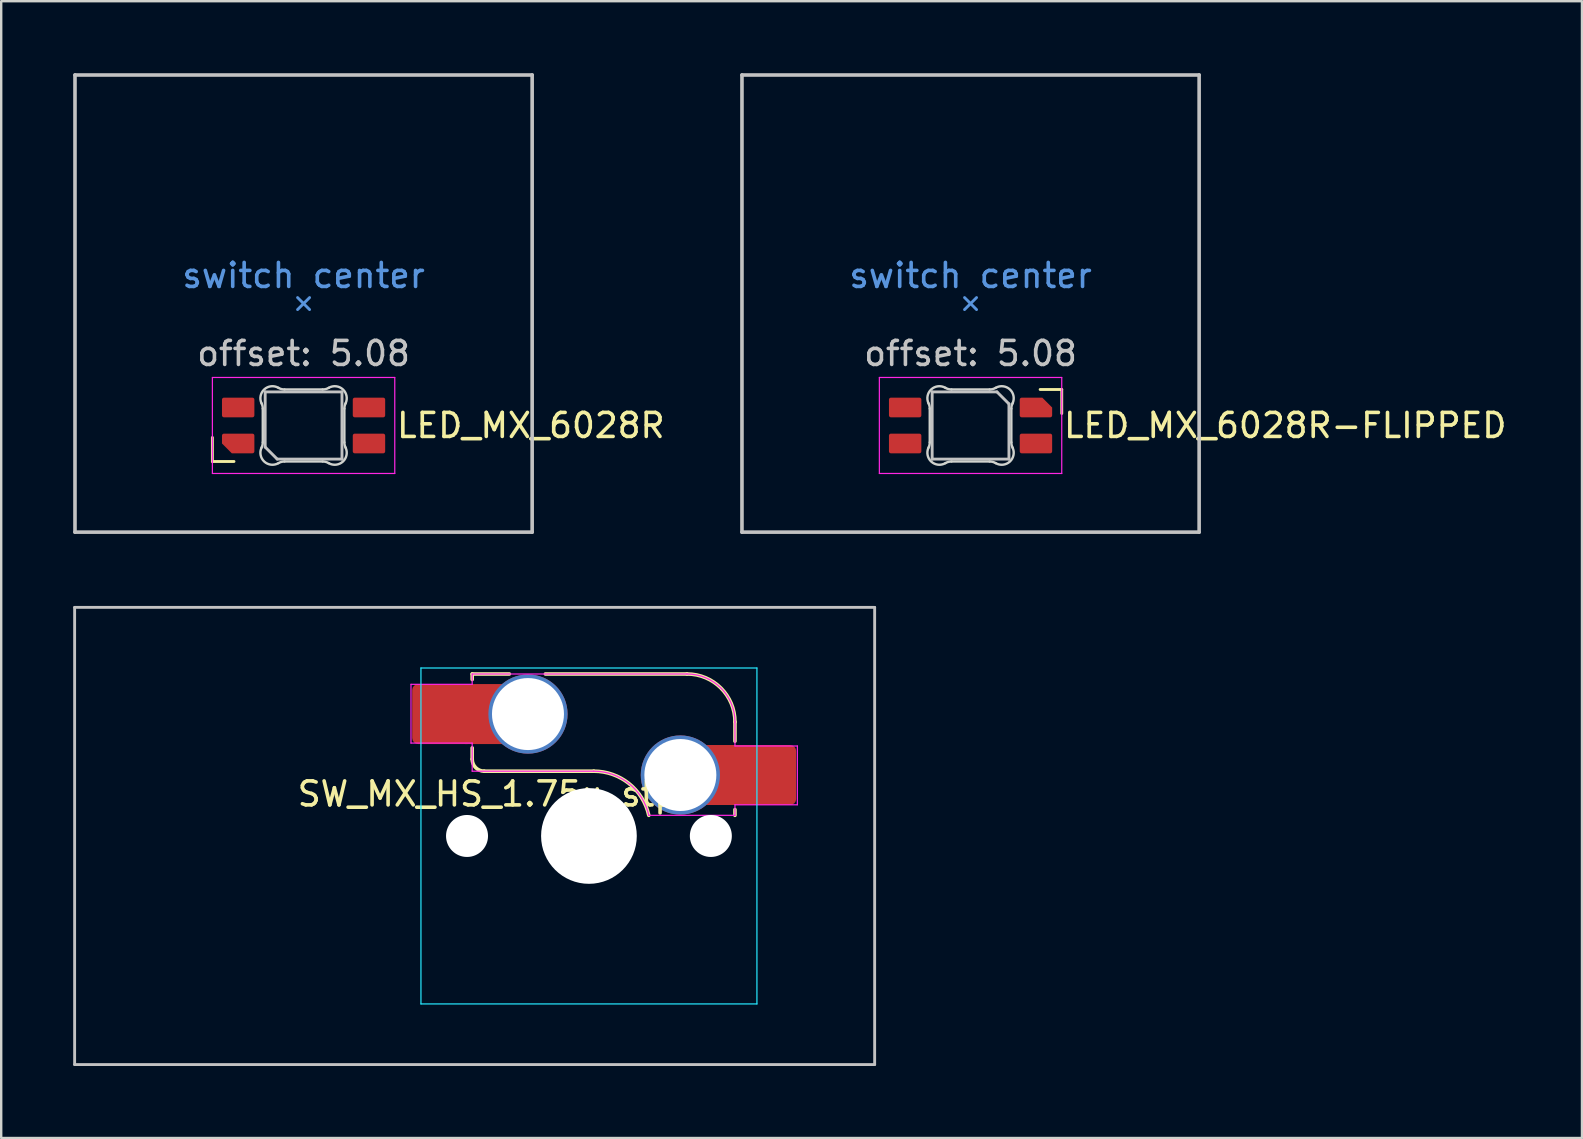
<source format=kicad_pcb>
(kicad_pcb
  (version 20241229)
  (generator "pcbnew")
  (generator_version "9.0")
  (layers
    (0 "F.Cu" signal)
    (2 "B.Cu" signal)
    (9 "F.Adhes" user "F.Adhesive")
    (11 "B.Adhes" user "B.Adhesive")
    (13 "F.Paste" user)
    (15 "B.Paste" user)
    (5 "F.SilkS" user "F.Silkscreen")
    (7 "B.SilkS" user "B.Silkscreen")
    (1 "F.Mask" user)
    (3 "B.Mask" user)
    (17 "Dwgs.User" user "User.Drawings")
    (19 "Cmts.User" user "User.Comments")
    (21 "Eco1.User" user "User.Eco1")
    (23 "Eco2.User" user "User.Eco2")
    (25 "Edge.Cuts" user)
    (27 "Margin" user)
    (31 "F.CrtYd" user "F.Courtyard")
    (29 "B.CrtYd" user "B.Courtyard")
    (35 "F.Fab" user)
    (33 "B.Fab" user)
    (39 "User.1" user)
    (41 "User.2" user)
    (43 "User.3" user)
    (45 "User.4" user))
  (footprint "LED_MX_6028R-FLIPPED"
    (layer "F.Cu")
    (at 37.393 14.68)
    (property "Reference" "LED_MX_6028R-FLIPPED" (at 3.8 0 0) (layer "F.SilkS") (effects (font (size 1 1) (thickness 0.15)) (justify left)))
    (attr smd)
    (fp_line (start 3.8 -1.5) (end 2.9 -1.5) (stroke (width 0.12) (type solid)) (layer "F.SilkS"))
    (fp_line (start 3.8 -0.5) (end 3.8 -1.5) (stroke (width 0.12) (type solid)) (layer "F.SilkS"))
    (fp_line (start -9.525 -14.605) (end -9.525 4.445) (stroke (width 0.15) (type solid)) (layer "Dwgs.User"))
    (fp_line (start -9.525 4.445) (end 9.525 4.445) (stroke (width 0.15) (type solid)) (layer "Dwgs.User"))
    (fp_line (start -1.6 -1.4) (end 1.1 -1.4) (stroke (width 0.12) (type solid)) (layer "Dwgs.User"))
    (fp_line (start -1.6 1.4) (end -1.6 -1.4) (stroke (width 0.12) (type solid)) (layer "Dwgs.User"))
    (fp_line (start 1.6 -0.9) (end 1.1 -1.4) (stroke (width 0.12) (type solid)) (layer "Dwgs.User"))
    (fp_line (start 1.6 -0.9) (end 1.6 1.4) (stroke (width 0.12) (type solid)) (layer "Dwgs.User"))
    (fp_line (start 1.6 1.4) (end -1.6 1.4) (stroke (width 0.12) (type solid)) (layer "Dwgs.User"))
    (fp_line (start 9.525 -14.605) (end -9.525 -14.605) (stroke (width 0.15) (type solid)) (layer "Dwgs.User"))
    (fp_line (start 9.525 4.445) (end 9.525 -14.605) (stroke (width 0.15) (type solid)) (layer "Dwgs.User"))
    (fp_line (start -0.25 -4.83) (end 0 -5.08) (stroke (width 0.12) (type solid)) (layer "Cmts.User"))
    (fp_line (start 0 -5.08) (end -0.25 -5.33) (stroke (width 0.12) (type solid)) (layer "Cmts.User"))
    (fp_line (start 0 -5.08) (end 0.25 -5.33) (stroke (width 0.12) (type solid)) (layer "Cmts.User"))
    (fp_line (start 0.25 -4.83) (end 0 -5.08) (stroke (width 0.12) (type solid)) (layer "Cmts.User"))
    (fp_line (start -1.7 -0.703) (end -1.7 0.703) (stroke (width 0.1) (type solid)) (layer "Edge.Cuts"))
    (fp_line (start -0.794 1.5) (end 0.794 1.5) (stroke (width 0.1) (type solid)) (layer "Edge.Cuts"))
    (fp_line (start 0.794 -1.5) (end -0.794 -1.5) (stroke (width 0.1) (type solid)) (layer "Edge.Cuts"))
    (fp_line (start 1.7 0.703) (end 1.7 -0.703) (stroke (width 0.1) (type solid)) (layer "Edge.Cuts"))
    (fp_arc (start -1.749484 -0.919719) (mid -1.712527 -0.814067) (end -1.699999 -0.702842) (stroke (width 0.1) (type solid)) (layer "Edge.Cuts"))
    (fp_arc (start -1.749484 -0.919719) (mid -1.63807 -1.504033) (end -1.046711 -1.568296) (stroke (width 0.1) (type solid)) (layer "Edge.Cuts"))
    (fp_arc (start -1.699999 0.702843) (mid -1.712527 0.814069) (end -1.749484 0.919721) (stroke (width 0.1) (type solid)) (layer "Edge.Cuts"))
    (fp_arc (start -1.046711 1.5683) (mid -1.638071 1.504036) (end -1.749484 0.919721) (stroke (width 0.1) (type solid)) (layer "Edge.Cuts"))
    (fp_arc (start -1.046711 1.5683) (mid -0.925123 1.517378) (end -0.794453 1.500001) (stroke (width 0.1) (type solid)) (layer "Edge.Cuts"))
    (fp_arc (start -0.794452 -1.499999) (mid -0.925122 -1.517376) (end -1.04671 -1.568298) (stroke (width 0.1) (type solid)) (layer "Edge.Cuts"))
    (fp_arc (start 0.794453 1.5) (mid 0.925123 1.517377) (end 1.046711 1.568299) (stroke (width 0.1) (type solid)) (layer "Edge.Cuts"))
    (fp_arc (start 1.046711 -1.568298) (mid 0.925123 -1.517376) (end 0.794452 -1.499999) (stroke (width 0.1) (type solid)) (layer "Edge.Cuts"))
    (fp_arc (start 1.046711 -1.568298) (mid 1.638072 -1.504034) (end 1.749484 -0.919718) (stroke (width 0.1) (type solid)) (layer "Edge.Cuts"))
    (fp_arc (start 1.699999 -0.702841) (mid 1.712527 -0.814067) (end 1.749484 -0.919719) (stroke (width 0.1) (type solid)) (layer "Edge.Cuts"))
    (fp_arc (start 1.749484 0.919721) (mid 1.63807 1.504035) (end 1.046711 1.568299) (stroke (width 0.1) (type solid)) (layer "Edge.Cuts"))
    (fp_arc (start 1.749484 0.919721) (mid 1.712527 0.814069) (end 1.699999 0.702844) (stroke (width 0.1) (type solid)) (layer "Edge.Cuts"))
    (fp_line (start -3.8 -2) (end 3.8 -2) (stroke (width 0.05) (type solid)) (layer "F.CrtYd"))
    (fp_line (start -3.8 2) (end -3.8 -2) (stroke (width 0.05) (type solid)) (layer "F.CrtYd"))
    (fp_line (start 3.8 -2) (end 3.8 2) (stroke (width 0.05) (type solid)) (layer "F.CrtYd"))
    (fp_line (start 3.8 2) (end -3.8 2) (stroke (width 0.05) (type solid)) (layer "F.CrtYd"))
    (fp_text user "offset: 5.08" (at 0 -3 0) (layer "Dwgs.User") (effects (font (size 1 1) (thickness 0.15))))
    (fp_text user "switch center" (at 0 -6.25 0) (layer "Cmts.User") (effects (font (size 1 1) (thickness 0.15))))
    (pad "1" smd roundrect (at -2.725 0.75 270) (size 0.82 1.35) (layers "F.Cu" "F.Mask" "F.Paste") (roundrect_rratio 0.1))
    (pad "2" smd roundrect (at -2.725 -0.75 270) (size 0.82 1.35) (layers "F.Cu" "F.Mask" "F.Paste") (roundrect_rratio 0.1))
    (pad "3" smd roundrect (at 2.725 0.75 270) (size 0.82 1.35) (layers "F.Cu" "F.Mask" "F.Paste") (roundrect_rratio 0.1))
    (pad "4" smd roundrect (at 2.725 -0.75 270) (size 0.82 1.35) (layers "F.Cu" "F.Mask" "F.Paste") (roundrect_rratio 0.1) (chamfer_ratio 0.5) (chamfer top_left)))
  (footprint "SW_MX_HS_1.75u_stp"
    (layer "F.Cu")
    (at 21.491 31.785)
    (property "Reference" "SW_MX_HS_1.75u_stp" (at -4.25 -1.75 0) (layer "F.SilkS") (effects (font (size 1 1) (thickness 0.15))))
    (attr smd)
    (fp_line (start -4.865 -6.75) (end -4.865 -6.52) (stroke (width 0.15) (type solid)) (layer "F.SilkS"))
    (fp_line (start -4.865 -3.67) (end -4.865 -3.2) (stroke (width 0.15) (type solid)) (layer "F.SilkS"))
    (fp_line (start -4.365 -2.7) (end 0.2 -2.7) (stroke (width 0.15) (type solid)) (layer "F.SilkS"))
    (fp_line (start -3.315 -6.75) (end -4.865 -6.75) (stroke (width 0.15) (type solid)) (layer "F.SilkS"))
    (fp_line (start 4.085 -6.75) (end -1.815 -6.75) (stroke (width 0.15) (type solid)) (layer "F.SilkS"))
    (fp_line (start 6.085 -3.95) (end 6.085 -4.75) (stroke (width 0.15) (type solid)) (layer "F.SilkS"))
    (fp_line (start 6.085 -1.1) (end 6.085 -0.86) (stroke (width 0.15) (type solid)) (layer "F.SilkS"))
    (fp_arc (start -4.364824 -2.70022) (mid -4.718377 -2.846667) (end -4.864824 -3.20022) (stroke (width 0.15) (type solid)) (layer "F.SilkS"))
    (fp_arc (start 0.2 -2.70022) (mid 1.670693 -2.183637) (end 2.494322 -0.86022) (stroke (width 0.15) (type solid)) (layer "F.SilkS"))
    (fp_arc (start 4.085176 -6.75022) (mid 5.49939 -6.164434) (end 6.085176 -4.75022) (stroke (width 0.15) (type solid)) (layer "F.SilkS"))
    (fp_line (start -21.431 -9.525) (end 11.906 -9.525) (stroke (width 0.12) (type solid)) (layer "Dwgs.User"))
    (fp_line (start -21.431 9.525) (end -21.431 -9.525) (stroke (width 0.12) (type solid)) (layer "Dwgs.User"))
    (fp_line (start 11.906 -9.525) (end 11.906 9.525) (stroke (width 0.12) (type solid)) (layer "Dwgs.User"))
    (fp_line (start 11.906 9.525) (end -21.431 9.525) (stroke (width 0.12) (type solid)) (layer "Dwgs.User"))
    (fp_line (start -7 -6.5) (end -7 6.5) (stroke (width 0.05) (type solid)) (layer "Eco2.User"))
    (fp_line (start -6.5 7) (end 6.5 7) (stroke (width 0.05) (type solid)) (layer "Eco2.User"))
    (fp_line (start 6.5 -7) (end -6.5 -7) (stroke (width 0.05) (type solid)) (layer "Eco2.User"))
    (fp_line (start 7 6.5) (end 7 -6.5) (stroke (width 0.05) (type solid)) (layer "Eco2.User"))
    (fp_arc (start -7 -6.5) (mid -6.853553 -6.853553) (end -6.5 -7) (stroke (width 0.05) (type solid)) (layer "Eco2.User"))
    (fp_arc (start -6.497236 6.998884) (mid -6.850789 6.852437) (end -6.997236 6.498884) (stroke (width 0.05) (type solid)) (layer "Eco2.User"))
    (fp_arc (start 6.5 -7) (mid 6.853553 -6.853553) (end 7 -6.5) (stroke (width 0.05) (type solid)) (layer "Eco2.User"))
    (fp_arc (start 7 6.5) (mid 6.853553 6.853553) (end 6.5 7) (stroke (width 0.05) (type solid)) (layer "Eco2.User"))
    (fp_line (start -7 -7) (end 7 -7) (stroke (width 0.05) (type solid)) (layer "B.CrtYd"))
    (fp_line (start -7 7) (end -7 -7) (stroke (width 0.05) (type solid)) (layer "B.CrtYd"))
    (fp_line (start 7 -7) (end 7 7) (stroke (width 0.05) (type solid)) (layer "B.CrtYd"))
    (fp_line (start 7 7) (end -7 7) (stroke (width 0.05) (type solid)) (layer "B.CrtYd"))
    (fp_line (start -7.415 -6.32) (end -4.865 -6.32) (stroke (width 0.05) (type solid)) (layer "F.CrtYd"))
    (fp_line (start -7.415 -3.87) (end -7.415 -6.32) (stroke (width 0.05) (type solid)) (layer "F.CrtYd"))
    (fp_line (start -4.865 -6.75) (end -4.865 -6.32) (stroke (width 0.05) (type solid)) (layer "F.CrtYd"))
    (fp_line (start -4.865 -3.87) (end -7.415 -3.87) (stroke (width 0.05) (type solid)) (layer "F.CrtYd"))
    (fp_line (start -4.865 -3.87) (end -4.865 -2.7) (stroke (width 0.05) (type solid)) (layer "F.CrtYd"))
    (fp_line (start -4.865 -2.7) (end 0.2 -2.7) (stroke (width 0.05) (type solid)) (layer "F.CrtYd"))
    (fp_line (start 4.085 -6.75) (end -4.865 -6.75) (stroke (width 0.05) (type solid)) (layer "F.CrtYd"))
    (fp_line (start 6.085 -3.75) (end 6.085 -4.75) (stroke (width 0.05) (type solid)) (layer "F.CrtYd"))
    (fp_line (start 6.085 -3.75) (end 8.685 -3.75) (stroke (width 0.05) (type solid)) (layer "F.CrtYd"))
    (fp_line (start 6.085 -1.3) (end 6.085 -0.86) (stroke (width 0.05) (type solid)) (layer "F.CrtYd"))
    (fp_line (start 6.085 -0.86) (end 2.494 -0.86) (stroke (width 0.05) (type solid)) (layer "F.CrtYd"))
    (fp_line (start 8.685 -3.75) (end 8.685 -1.3) (stroke (width 0.05) (type solid)) (layer "F.CrtYd"))
    (fp_line (start 8.685 -1.3) (end 6.085 -1.3) (stroke (width 0.05) (type solid)) (layer "F.CrtYd"))
    (fp_arc (start 0.2 -2.70022) (mid 1.670503 -2.183399) (end 2.494322 -0.86022) (stroke (width 0.05) (type solid)) (layer "F.CrtYd"))
    (fp_arc (start 4.085176 -6.75022) (mid 5.49939 -6.164434) (end 6.085176 -4.75022) (stroke (width 0.05) (type solid)) (layer "F.CrtYd"))
    (pad "" np_thru_hole circle (at -5.08 0) (size 1.75 1.75) (drill 1.75) (layers "*.Cu" "*.Mask"))
    (pad "" np_thru_hole circle (at 0 0) (size 3.988 3.988) (drill 3.988) (layers "*.Cu" "*.Mask"))
    (pad "" np_thru_hole circle (at 5.08 0) (size 1.75 1.75) (drill 1.75) (layers "*.Cu" "*.Mask"))
    (pad "1" thru_hole circle (at 3.81 -2.54) (size 3.3 3.3) (drill 3) (layers "*.Cu" "*.Mask"))
    (pad "1" smd rect (at 5.635 -2.54 180) (size 1.65 2.5) (layers "F.Cu"))
    (pad "1" smd roundrect (at 7.36 -2.54) (size 2.55 2.5) (layers "F.Cu" "F.Mask" "F.Paste") (roundrect_rratio 0.1))
    (pad "2" smd roundrect (at -6.09 -5.08) (size 2.55 2.5) (layers "F.Cu" "F.Mask" "F.Paste") (roundrect_rratio 0.1))
    (pad "2" smd rect (at -4.34 -5.08) (size 1.65 2.5) (layers "F.Cu"))
    (pad "2" thru_hole circle (at -2.54 -5.08) (size 3.3 3.3) (drill 3) (layers "*.Cu" "*.Mask")))
  (footprint "LED_MX_6028R"
    (layer "F.Cu")
    (at 9.6 14.68)
    (property "Reference" "LED_MX_6028R" (at 3.8 0 0) (layer "F.SilkS") (effects (font (size 1 1) (thickness 0.15)) (justify left)))
    (attr smd)
    (fp_line (start -3.8 0.5) (end -3.8 1.5) (stroke (width 0.12) (type solid)) (layer "F.SilkS"))
    (fp_line (start -3.8 1.5) (end -2.9 1.5) (stroke (width 0.12) (type solid)) (layer "F.SilkS"))
    (fp_line (start -9.525 -14.605) (end -9.525 4.445) (stroke (width 0.15) (type solid)) (layer "Dwgs.User"))
    (fp_line (start -9.525 4.445) (end 9.525 4.445) (stroke (width 0.15) (type solid)) (layer "Dwgs.User"))
    (fp_line (start -1.6 -1.4) (end 1.6 -1.4) (stroke (width 0.12) (type solid)) (layer "Dwgs.User"))
    (fp_line (start -1.6 0.9) (end -1.6 -1.4) (stroke (width 0.12) (type solid)) (layer "Dwgs.User"))
    (fp_line (start -1.6 0.9) (end -1.1 1.4) (stroke (width 0.12) (type solid)) (layer "Dwgs.User"))
    (fp_line (start 1.6 -1.4) (end 1.6 1.4) (stroke (width 0.12) (type solid)) (layer "Dwgs.User"))
    (fp_line (start 1.6 1.4) (end -1.1 1.4) (stroke (width 0.12) (type solid)) (layer "Dwgs.User"))
    (fp_line (start 9.525 -14.605) (end -9.525 -14.605) (stroke (width 0.15) (type solid)) (layer "Dwgs.User"))
    (fp_line (start 9.525 4.445) (end 9.525 -14.605) (stroke (width 0.15) (type solid)) (layer "Dwgs.User"))
    (fp_line (start -0.25 -4.83) (end 0 -5.08) (stroke (width 0.12) (type solid)) (layer "Cmts.User"))
    (fp_line (start 0 -5.08) (end -0.25 -5.33) (stroke (width 0.12) (type solid)) (layer "Cmts.User"))
    (fp_line (start 0 -5.08) (end 0.25 -5.33) (stroke (width 0.12) (type solid)) (layer "Cmts.User"))
    (fp_line (start 0.25 -4.83) (end 0 -5.08) (stroke (width 0.12) (type solid)) (layer "Cmts.User"))
    (fp_line (start -1.7 -0.703) (end -1.7 0.703) (stroke (width 0.1) (type solid)) (layer "Edge.Cuts"))
    (fp_line (start -0.794 1.5) (end 0.794 1.5) (stroke (width 0.1) (type solid)) (layer "Edge.Cuts"))
    (fp_line (start 0.794 -1.5) (end -0.794 -1.5) (stroke (width 0.1) (type solid)) (layer "Edge.Cuts"))
    (fp_line (start 1.7 0.703) (end 1.7 -0.703) (stroke (width 0.1) (type solid)) (layer "Edge.Cuts"))
    (fp_arc (start -1.749484 -0.919721) (mid -1.712527 -0.814069) (end -1.699999 -0.702844) (stroke (width 0.1) (type solid)) (layer "Edge.Cuts"))
    (fp_arc (start -1.749484 -0.919721) (mid -1.638071 -1.504035) (end -1.046711 -1.568299) (stroke (width 0.1) (type solid)) (layer "Edge.Cuts"))
    (fp_arc (start -1.699999 0.702841) (mid -1.712527 0.814067) (end -1.749484 0.919719) (stroke (width 0.1) (type solid)) (layer "Edge.Cuts"))
    (fp_arc (start -1.046711 1.568298) (mid -1.638072 1.504034) (end -1.749484 0.919718) (stroke (width 0.1) (type solid)) (layer "Edge.Cuts"))
    (fp_arc (start -1.046711 1.568298) (mid -0.925123 1.517376) (end -0.794452 1.499999) (stroke (width 0.1) (type solid)) (layer "Edge.Cuts"))
    (fp_arc (start -0.794453 -1.5) (mid -0.925123 -1.517377) (end -1.046711 -1.568299) (stroke (width 0.1) (type solid)) (layer "Edge.Cuts"))
    (fp_arc (start 0.794452 1.499999) (mid 0.925122 1.517376) (end 1.04671 1.568298) (stroke (width 0.1) (type solid)) (layer "Edge.Cuts"))
    (fp_arc (start 1.046711 -1.5683) (mid 0.925123 -1.517378) (end 0.794453 -1.500001) (stroke (width 0.1) (type solid)) (layer "Edge.Cuts"))
    (fp_arc (start 1.046711 -1.5683) (mid 1.638071 -1.504036) (end 1.749484 -0.919721) (stroke (width 0.1) (type solid)) (layer "Edge.Cuts"))
    (fp_arc (start 1.699999 -0.702843) (mid 1.712527 -0.814069) (end 1.749484 -0.919721) (stroke (width 0.1) (type solid)) (layer "Edge.Cuts"))
    (fp_arc (start 1.749484 0.919719) (mid 1.63807 1.504033) (end 1.046711 1.568296) (stroke (width 0.1) (type solid)) (layer "Edge.Cuts"))
    (fp_arc (start 1.749484 0.919719) (mid 1.712527 0.814067) (end 1.699999 0.702842) (stroke (width 0.1) (type solid)) (layer "Edge.Cuts"))
    (fp_line (start -3.8 -2) (end 3.8 -2) (stroke (width 0.05) (type solid)) (layer "F.CrtYd"))
    (fp_line (start -3.8 2) (end -3.8 -2) (stroke (width 0.05) (type solid)) (layer "F.CrtYd"))
    (fp_line (start 3.8 -2) (end 3.8 2) (stroke (width 0.05) (type solid)) (layer "F.CrtYd"))
    (fp_line (start 3.8 2) (end -3.8 2) (stroke (width 0.05) (type solid)) (layer "F.CrtYd"))
    (fp_text user "offset: 5.08" (at 0 -3 0) (layer "Dwgs.User") (effects (font (size 1 1) (thickness 0.15))))
    (fp_text user "switch center" (at 0 -6.25 0) (layer "Cmts.User") (effects (font (size 1 1) (thickness 0.15))))
    (pad "1" smd roundrect (at 2.725 -0.75 90) (size 0.82 1.35) (layers "F.Cu" "F.Mask" "F.Paste") (roundrect_rratio 0.1))
    (pad "2" smd roundrect (at 2.725 0.75 90) (size 0.82 1.35) (layers "F.Cu" "F.Mask" "F.Paste") (roundrect_rratio 0.1))
    (pad "3" smd roundrect (at -2.725 -0.75 90) (size 0.82 1.35) (layers "F.Cu" "F.Mask" "F.Paste") (roundrect_rratio 0.1))
    (pad "4" smd roundrect (at -2.725 0.75 90) (size 0.82 1.35) (layers "F.Cu" "F.Mask" "F.Paste") (roundrect_rratio 0.1) (chamfer_ratio 0.5) (chamfer top_left)))
  (gr_rect
    (start -3 -3)
    (end 62.871 44.37)
    (stroke (width 0.1) (type default))
    (fill no)
    (layer "Edge.Cuts")))
</source>
